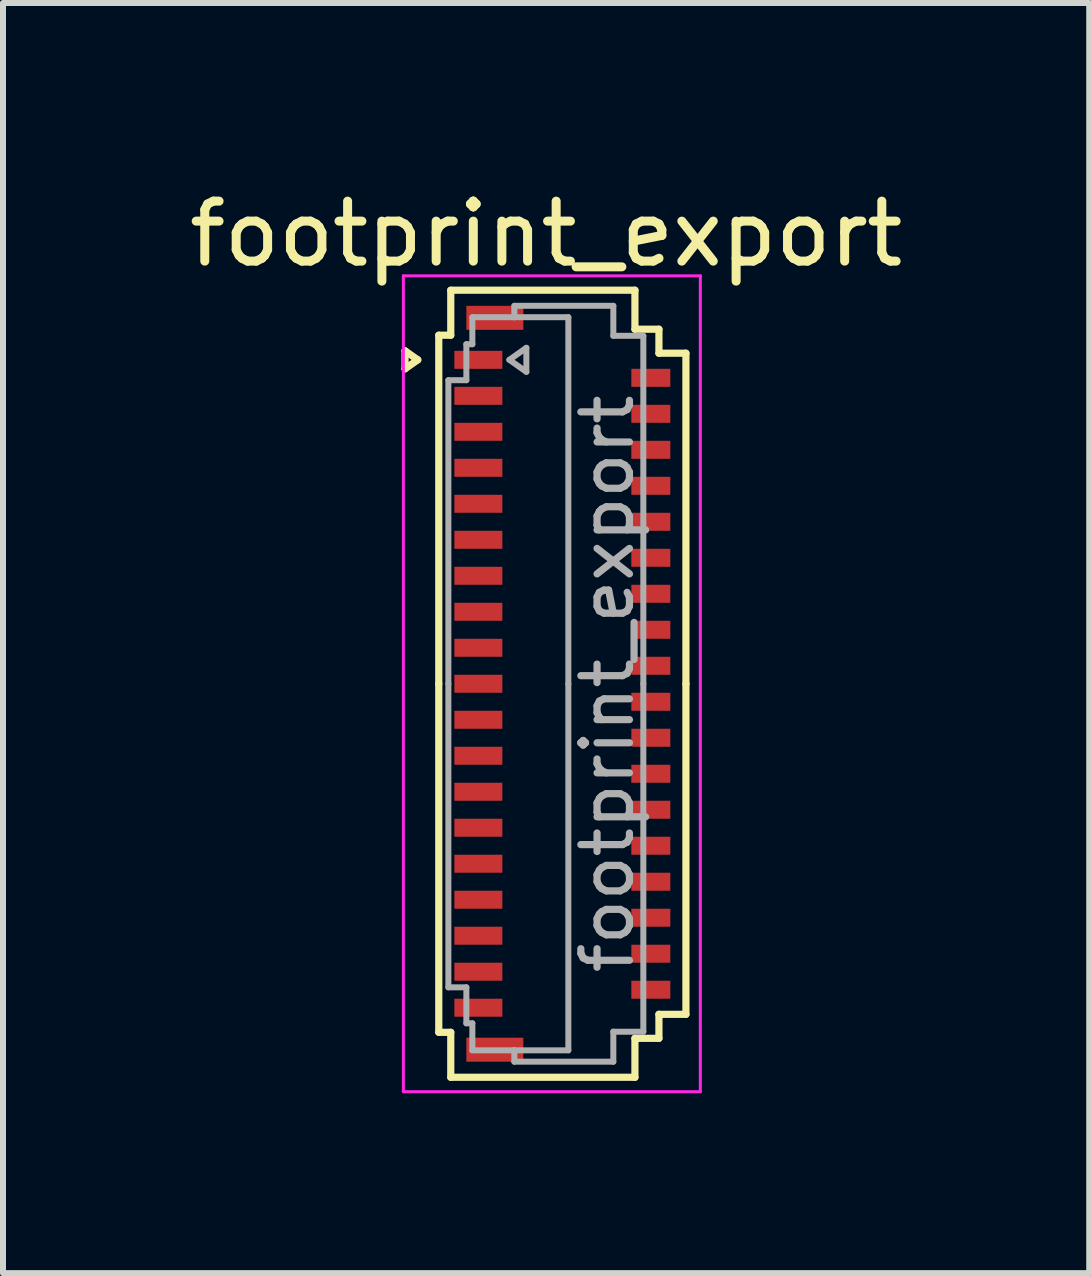
<source format=kicad_pcb>
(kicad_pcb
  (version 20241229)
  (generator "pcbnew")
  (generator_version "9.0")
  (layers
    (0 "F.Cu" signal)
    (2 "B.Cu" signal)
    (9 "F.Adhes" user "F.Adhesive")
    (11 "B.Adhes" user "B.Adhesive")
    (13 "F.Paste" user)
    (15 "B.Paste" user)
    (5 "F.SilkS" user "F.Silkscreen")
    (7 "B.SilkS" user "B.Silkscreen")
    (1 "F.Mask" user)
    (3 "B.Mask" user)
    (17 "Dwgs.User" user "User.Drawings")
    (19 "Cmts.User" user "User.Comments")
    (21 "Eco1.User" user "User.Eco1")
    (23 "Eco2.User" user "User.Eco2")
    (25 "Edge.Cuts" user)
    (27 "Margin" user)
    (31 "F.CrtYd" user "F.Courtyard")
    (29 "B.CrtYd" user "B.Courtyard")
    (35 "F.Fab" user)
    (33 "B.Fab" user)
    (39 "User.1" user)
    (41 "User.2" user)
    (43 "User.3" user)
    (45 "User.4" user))
  (footprint "footprint_export"
    (layer "F.Cu")
    (at 6.324 8.348)
    (property "Reference" "footprint_export" (at -0.27 -7.5 0) (layer "F.SilkS") (effects (font (size 1 1) (thickness 0.15))))
    (attr smd)
    (fp_line (start -2.622 -5.55) (end -2.41 -5.4) (stroke (width 0.12) (type solid)) (layer "F.SilkS"))
    (fp_line (start -2.622 -5.25) (end -2.622 -5.55) (stroke (width 0.12) (type solid)) (layer "F.SilkS"))
    (fp_line (start -2.41 -5.4) (end -2.622 -5.25) (stroke (width 0.12) (type solid)) (layer "F.SilkS"))
    (fp_line (start -2.06 -5.81) (end -2.06 0) (stroke (width 0.12) (type solid)) (layer "F.SilkS"))
    (fp_line (start -2.06 5.81) (end -2.06 0) (stroke (width 0.12) (type solid)) (layer "F.SilkS"))
    (fp_line (start -1.86 -6.56) (end -1.86 -5.81) (stroke (width 0.12) (type solid)) (layer "F.SilkS"))
    (fp_line (start -1.86 -5.81) (end -2.06 -5.81) (stroke (width 0.12) (type solid)) (layer "F.SilkS"))
    (fp_line (start -1.86 5.81) (end -2.06 5.81) (stroke (width 0.12) (type solid)) (layer "F.SilkS"))
    (fp_line (start -1.86 6.56) (end -1.86 5.81) (stroke (width 0.12) (type solid)) (layer "F.SilkS"))
    (fp_line (start 1.21 -6.56) (end -1.86 -6.56) (stroke (width 0.12) (type solid)) (layer "F.SilkS"))
    (fp_line (start 1.21 -5.91) (end 1.21 -6.56) (stroke (width 0.12) (type solid)) (layer "F.SilkS"))
    (fp_line (start 1.21 5.91) (end 1.21 6.56) (stroke (width 0.12) (type solid)) (layer "F.SilkS"))
    (fp_line (start 1.21 6.56) (end -1.86 6.56) (stroke (width 0.12) (type solid)) (layer "F.SilkS"))
    (fp_line (start 1.61 -5.91) (end 1.21 -5.91) (stroke (width 0.12) (type solid)) (layer "F.SilkS"))
    (fp_line (start 1.61 -5.51) (end 1.61 -5.91) (stroke (width 0.12) (type solid)) (layer "F.SilkS"))
    (fp_line (start 1.61 5.51) (end 1.61 5.91) (stroke (width 0.12) (type solid)) (layer "F.SilkS"))
    (fp_line (start 1.61 5.91) (end 1.21 5.91) (stroke (width 0.12) (type solid)) (layer "F.SilkS"))
    (fp_line (start 2.06 -5.51) (end 1.61 -5.51) (stroke (width 0.12) (type solid)) (layer "F.SilkS"))
    (fp_line (start 2.06 0) (end 2.06 -5.51) (stroke (width 0.12) (type solid)) (layer "F.SilkS"))
    (fp_line (start 2.06 0) (end 2.06 5.51) (stroke (width 0.12) (type solid)) (layer "F.SilkS"))
    (fp_line (start 2.06 5.51) (end 1.61 5.51) (stroke (width 0.12) (type solid)) (layer "F.SilkS"))
    (fp_line (start -2.65 -6.8) (end -2.65 6.8) (stroke (width 0.05) (type solid)) (layer "F.CrtYd"))
    (fp_line (start -2.65 6.8) (end 2.3 6.8) (stroke (width 0.05) (type solid)) (layer "F.CrtYd"))
    (fp_line (start 2.3 -6.8) (end -2.65 -6.8) (stroke (width 0.05) (type solid)) (layer "F.CrtYd"))
    (fp_line (start 2.3 6.8) (end 2.3 -6.8) (stroke (width 0.05) (type solid)) (layer "F.CrtYd"))
    (fp_line (start -1.9 -5.06) (end -1.6 -5.06) (stroke (width 0.1) (type solid)) (layer "F.Fab"))
    (fp_line (start -1.9 0) (end -1.9 -5.06) (stroke (width 0.1) (type solid)) (layer "F.Fab"))
    (fp_line (start -1.9 0) (end -1.9 5.06) (stroke (width 0.1) (type solid)) (layer "F.Fab"))
    (fp_line (start -1.9 5.06) (end -1.6 5.06) (stroke (width 0.1) (type solid)) (layer "F.Fab"))
    (fp_line (start -1.6 -5.66) (end -1.5 -5.66) (stroke (width 0.1) (type solid)) (layer "F.Fab"))
    (fp_line (start -1.6 -5.06) (end -1.6 -5.66) (stroke (width 0.1) (type solid)) (layer "F.Fab"))
    (fp_line (start -1.6 5.06) (end -1.6 5.66) (stroke (width 0.1) (type solid)) (layer "F.Fab"))
    (fp_line (start -1.6 5.66) (end -1.5 5.66) (stroke (width 0.1) (type solid)) (layer "F.Fab"))
    (fp_line (start -1.5 -6.11) (end -0.8 -6.11) (stroke (width 0.1) (type solid)) (layer "F.Fab"))
    (fp_line (start -1.5 -5.66) (end -1.5 -6.11) (stroke (width 0.1) (type solid)) (layer "F.Fab"))
    (fp_line (start -1.5 5.66) (end -1.5 6.11) (stroke (width 0.1) (type solid)) (layer "F.Fab"))
    (fp_line (start -1.5 6.11) (end -0.8 6.11) (stroke (width 0.1) (type solid)) (layer "F.Fab"))
    (fp_line (start -0.883 -5.4) (end -0.6 -5.2) (stroke (width 0.1) (type solid)) (layer "F.Fab"))
    (fp_line (start -0.8 -6.3) (end 0.85 -6.3) (stroke (width 0.1) (type solid)) (layer "F.Fab"))
    (fp_line (start -0.8 -6.11) (end -0.8 -6.3) (stroke (width 0.1) (type solid)) (layer "F.Fab"))
    (fp_line (start -0.8 6.11) (end -0.8 6.3) (stroke (width 0.1) (type solid)) (layer "F.Fab"))
    (fp_line (start -0.8 6.3) (end 0.85 6.3) (stroke (width 0.1) (type solid)) (layer "F.Fab"))
    (fp_line (start -0.6 -5.6) (end -0.883 -5.4) (stroke (width 0.1) (type solid)) (layer "F.Fab"))
    (fp_line (start -0.6 -5.2) (end -0.6 -5.6) (stroke (width 0.1) (type solid)) (layer "F.Fab"))
    (fp_line (start 0.1 -6.11) (end -0.8 -6.11) (stroke (width 0.1) (type solid)) (layer "F.Fab"))
    (fp_line (start 0.1 0) (end 0.1 -6.11) (stroke (width 0.1) (type solid)) (layer "F.Fab"))
    (fp_line (start 0.1 0) (end 0.1 6.11) (stroke (width 0.1) (type solid)) (layer "F.Fab"))
    (fp_line (start 0.1 6.11) (end -0.8 6.11) (stroke (width 0.1) (type solid)) (layer "F.Fab"))
    (fp_line (start 0.85 -6.3) (end 0.85 -5.8) (stroke (width 0.1) (type solid)) (layer "F.Fab"))
    (fp_line (start 0.85 -5.8) (end 1.35 -5.8) (stroke (width 0.1) (type solid)) (layer "F.Fab"))
    (fp_line (start 0.85 5.8) (end 1.35 5.8) (stroke (width 0.1) (type solid)) (layer "F.Fab"))
    (fp_line (start 0.85 6.3) (end 0.85 5.8) (stroke (width 0.1) (type solid)) (layer "F.Fab"))
    (fp_line (start 1.35 -5.8) (end 1.35 0) (stroke (width 0.1) (type solid)) (layer "F.Fab"))
    (fp_line (start 1.35 5.8) (end 1.35 0) (stroke (width 0.1) (type solid)) (layer "F.Fab"))
    (fp_text user "${REFERENCE}" (at 0.75 0 90) (layer "F.Fab") (effects (font (size 0.81 0.81) (thickness 0.12))))
    (pad "1" smd rect (at -1.4 -5.4) (size 0.8 0.3) (layers "F.Cu" "F.Mask" "F.Paste"))
    (pad "2" smd rect (at 1.475 -5.1) (size 0.65 0.3) (layers "F.Cu" "F.Mask" "F.Paste"))
    (pad "3" smd rect (at -1.4 -4.8) (size 0.8 0.3) (layers "F.Cu" "F.Mask" "F.Paste"))
    (pad "4" smd rect (at 1.475 -4.5) (size 0.65 0.3) (layers "F.Cu" "F.Mask" "F.Paste"))
    (pad "5" smd rect (at -1.4 -4.2) (size 0.8 0.3) (layers "F.Cu" "F.Mask" "F.Paste"))
    (pad "6" smd rect (at 1.475 -3.9) (size 0.65 0.3) (layers "F.Cu" "F.Mask" "F.Paste"))
    (pad "7" smd rect (at -1.4 -3.6) (size 0.8 0.3) (layers "F.Cu" "F.Mask" "F.Paste"))
    (pad "8" smd rect (at 1.475 -3.3) (size 0.65 0.3) (layers "F.Cu" "F.Mask" "F.Paste"))
    (pad "9" smd rect (at -1.4 -3) (size 0.8 0.3) (layers "F.Cu" "F.Mask" "F.Paste"))
    (pad "10" smd rect (at 1.475 -2.7) (size 0.65 0.3) (layers "F.Cu" "F.Mask" "F.Paste"))
    (pad "11" smd rect (at -1.4 -2.4) (size 0.8 0.3) (layers "F.Cu" "F.Mask" "F.Paste"))
    (pad "12" smd rect (at 1.475 -2.1) (size 0.65 0.3) (layers "F.Cu" "F.Mask" "F.Paste"))
    (pad "13" smd rect (at -1.4 -1.8) (size 0.8 0.3) (layers "F.Cu" "F.Mask" "F.Paste"))
    (pad "14" smd rect (at 1.475 -1.5) (size 0.65 0.3) (layers "F.Cu" "F.Mask" "F.Paste"))
    (pad "15" smd rect (at -1.4 -1.2) (size 0.8 0.3) (layers "F.Cu" "F.Mask" "F.Paste"))
    (pad "16" smd rect (at 1.475 -0.9) (size 0.65 0.3) (layers "F.Cu" "F.Mask" "F.Paste"))
    (pad "17" smd rect (at -1.4 -0.6) (size 0.8 0.3) (layers "F.Cu" "F.Mask" "F.Paste"))
    (pad "18" smd rect (at 1.475 -0.3) (size 0.65 0.3) (layers "F.Cu" "F.Mask" "F.Paste"))
    (pad "19" smd rect (at -1.4 0) (size 0.8 0.3) (layers "F.Cu" "F.Mask" "F.Paste"))
    (pad "20" smd rect (at 1.475 0.3) (size 0.65 0.3) (layers "F.Cu" "F.Mask" "F.Paste"))
    (pad "21" smd rect (at -1.4 0.6) (size 0.8 0.3) (layers "F.Cu" "F.Mask" "F.Paste"))
    (pad "22" smd rect (at 1.475 0.9) (size 0.65 0.3) (layers "F.Cu" "F.Mask" "F.Paste"))
    (pad "23" smd rect (at -1.4 1.2) (size 0.8 0.3) (layers "F.Cu" "F.Mask" "F.Paste"))
    (pad "24" smd rect (at 1.475 1.5) (size 0.65 0.3) (layers "F.Cu" "F.Mask" "F.Paste"))
    (pad "25" smd rect (at -1.4 1.8) (size 0.8 0.3) (layers "F.Cu" "F.Mask" "F.Paste"))
    (pad "26" smd rect (at 1.475 2.1) (size 0.65 0.3) (layers "F.Cu" "F.Mask" "F.Paste"))
    (pad "27" smd rect (at -1.4 2.4) (size 0.8 0.3) (layers "F.Cu" "F.Mask" "F.Paste"))
    (pad "28" smd rect (at 1.475 2.7) (size 0.65 0.3) (layers "F.Cu" "F.Mask" "F.Paste"))
    (pad "29" smd rect (at -1.4 3) (size 0.8 0.3) (layers "F.Cu" "F.Mask" "F.Paste"))
    (pad "30" smd rect (at 1.475 3.3) (size 0.65 0.3) (layers "F.Cu" "F.Mask" "F.Paste"))
    (pad "31" smd rect (at -1.4 3.6) (size 0.8 0.3) (layers "F.Cu" "F.Mask" "F.Paste"))
    (pad "32" smd rect (at 1.475 3.9) (size 0.65 0.3) (layers "F.Cu" "F.Mask" "F.Paste"))
    (pad "33" smd rect (at -1.4 4.2) (size 0.8 0.3) (layers "F.Cu" "F.Mask" "F.Paste"))
    (pad "34" smd rect (at 1.475 4.5) (size 0.65 0.3) (layers "F.Cu" "F.Mask" "F.Paste"))
    (pad "35" smd rect (at -1.4 4.8) (size 0.8 0.3) (layers "F.Cu" "F.Mask" "F.Paste"))
    (pad "36" smd rect (at 1.475 5.1) (size 0.65 0.3) (layers "F.Cu" "F.Mask" "F.Paste"))
    (pad "37" smd rect (at -1.4 5.4) (size 0.8 0.3) (layers "F.Cu" "F.Mask" "F.Paste"))
    (pad "MP" smd rect (at -1.125 -6.1) (size 0.95 0.4) (layers "F.Cu" "F.Mask" "F.Paste"))
    (pad "MP" smd rect (at -1.125 6.1) (size 0.95 0.4) (layers "F.Cu" "F.Mask" "F.Paste")))
  (gr_rect
    (start -3 -3)
    (end 15.107 18.173)
    (stroke (width 0.1) (type default))
    (fill no)
    (layer "Edge.Cuts")))
</source>
